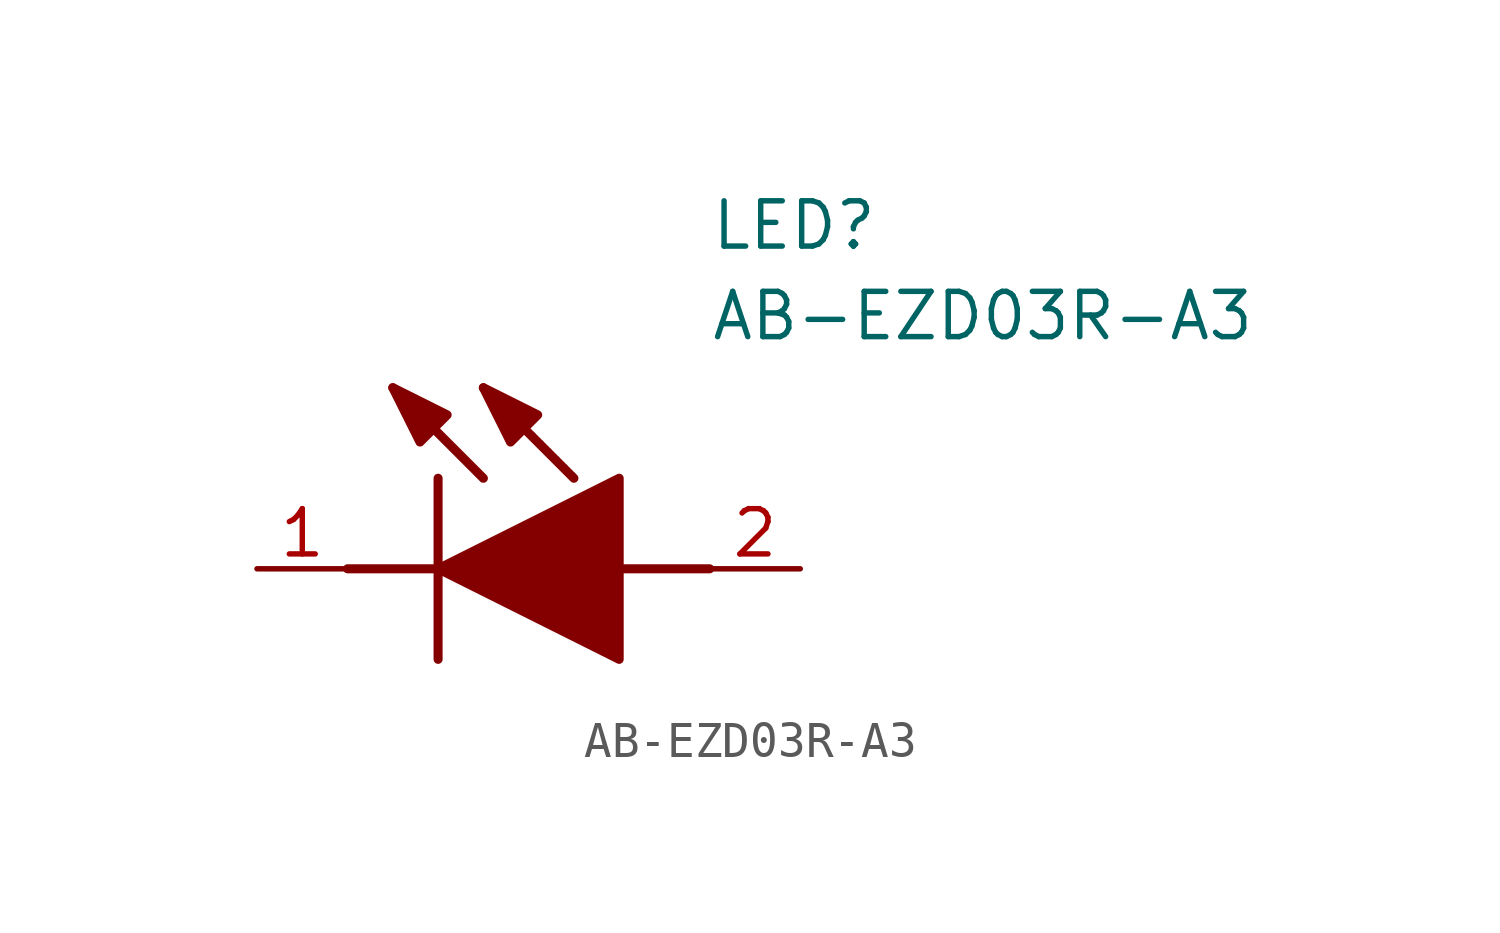
<source format=kicad_sym>
(kicad_symbol_lib
  (version 20211014)
  (generator SamacSys_ECAD_Model)
  (symbol "AB-EZD03R-A3"
    (pin_names hide)
    (property "Reference" "LED"
      (at 12.7 8.89 0)
      (effects (font (size 1.27 1.27)) (justify left bottom)))
    (property "Value" "AB-EZD03R-A3"
      (at 12.7 6.35 0)
      (effects (font (size 1.27 1.27)) (justify left bottom)))
    (polyline
      (pts (xy 5.08 2.54) (xy 5.08 -2.54))
      (stroke (width 0.254) (type default))
      (fill (type none)))
    (polyline
      (pts (xy 6.35 2.54) (xy 3.81 5.08))
      (stroke (width 0.254) (type default))
      (fill (type none)))
    (polyline
      (pts (xy 8.89 2.54) (xy 6.35 5.08))
      (stroke (width 0.254) (type default))
      (fill (type none)))
    (polyline
      (pts (xy 2.54 0) (xy 5.08 0))
      (stroke (width 0.254) (type default))
      (fill (type none)))
    (polyline
      (pts (xy 10.16 0) (xy 12.7 0))
      (stroke (width 0.254) (type default))
      (fill (type none)))
    (polyline
      (pts (xy 5.08 0) (xy 10.16 2.54) (xy 10.16 -2.54) (xy 5.08 0))
      (stroke (width 0.254) (type default))
      (fill (type outline)))
    (polyline
      (pts (xy 5.334 4.318) (xy 4.572 3.556) (xy 3.81 5.08) (xy 5.334 4.318))
      (stroke (width 0.254) (type default))
      (fill (type outline)))
    (polyline
      (pts (xy 7.874 4.318) (xy 7.112 3.556) (xy 6.35 5.08) (xy 7.874 4.318))
      (stroke (width 0.254) (type default))
      (fill (type outline)))
    (pin passive line
      (at 0 0 0)
      (length 2.54)
      (name "K" (effects (font (size 1.27 1.27))))
      (number "1" (effects (font (size 1.27 1.27)))))
    (pin passive line
      (at 15.24 0 180)
      (length 2.54)
      (name "A" (effects (font (size 1.27 1.27))))
      (number "2" (effects (font (size 1.27 1.27)))))))
</source>
